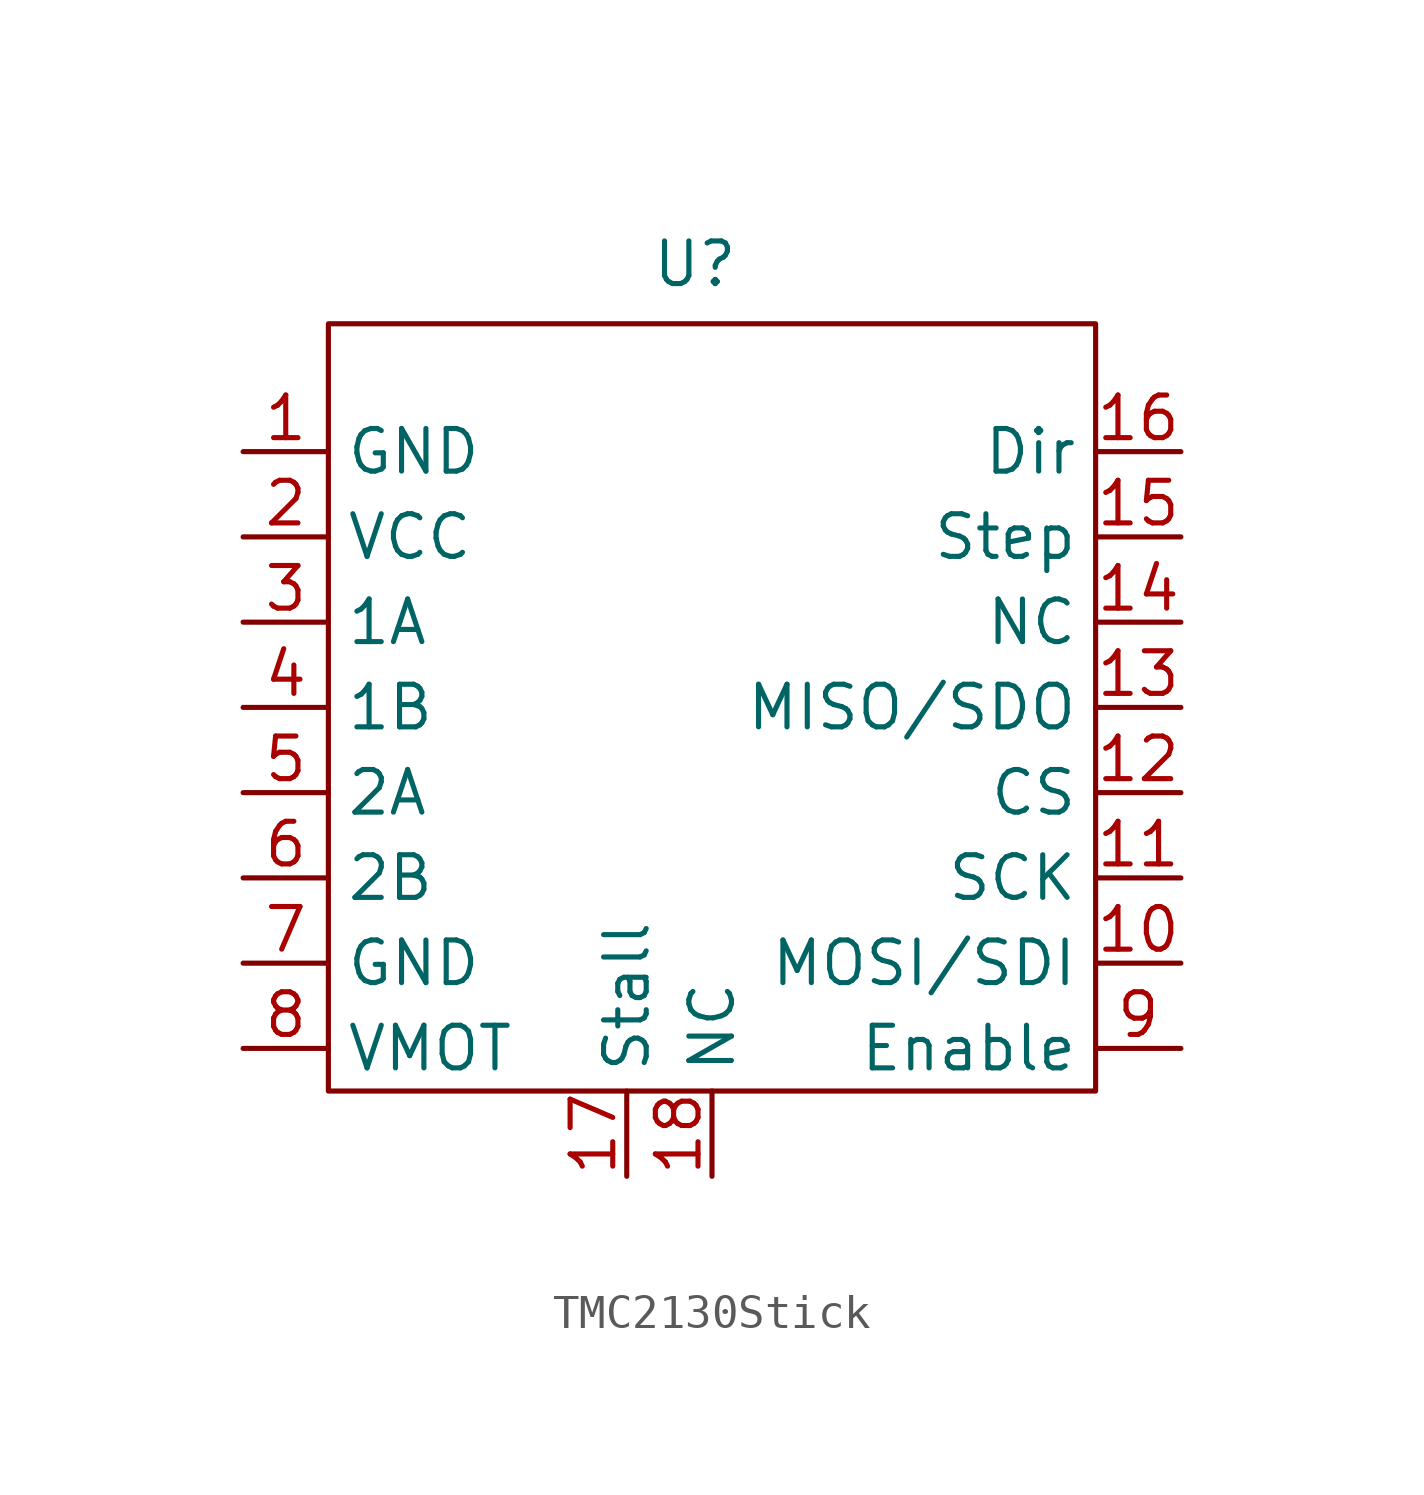
<source format=kicad_sym>
(kicad_symbol_lib
  (version 20231120)
  (generator "kicad_symbol_editor")
  (generator_version "8.0")
  (symbol "TMC2130Stick"
    (property "Reference" "U"
      (at 0.762 14.478 0)
      (effects (font (size 1.27 1.27))))
    (property "Value" ""
      (at 0 0 0)
      (effects (font (size 1.27 1.27))))
    (symbol "TMC2130Stick_0_1"
      (rectangle (start -10.16 12.7) (end 12.7 -10.16) (stroke (width 0) (type default)) (fill (type none))))
    (symbol "TMC2130Stick_1_1"
      (pin input line (at -12.7 8.89 0) (length 2.54) (name "GND" (effects (font (size 1.27 1.27)))) (number "1" (effects (font (size 1.27 1.27)))))
      (pin input line (at 15.24 -6.35 180) (length 2.54) (name "MOSI/SDI" (effects (font (size 1.27 1.27)))) (number "10" (effects (font (size 1.27 1.27)))))
      (pin input line (at 15.24 -3.81 180) (length 2.54) (name "SCK" (effects (font (size 1.27 1.27)))) (number "11" (effects (font (size 1.27 1.27)))))
      (pin input line (at 15.24 -1.27 180) (length 2.54) (name "CS" (effects (font (size 1.27 1.27)))) (number "12" (effects (font (size 1.27 1.27)))))
      (pin input line (at 15.24 1.27 180) (length 2.54) (name "MISO/SDO" (effects (font (size 1.27 1.27)))) (number "13" (effects (font (size 1.27 1.27)))))
      (pin input line (at 15.24 3.81 180) (length 2.54) (name "NC" (effects (font (size 1.27 1.27)))) (number "14" (effects (font (size 1.27 1.27)))))
      (pin input line (at 15.24 6.35 180) (length 2.54) (name "Step" (effects (font (size 1.27 1.27)))) (number "15" (effects (font (size 1.27 1.27)))))
      (pin input line (at 15.24 8.89 180) (length 2.54) (name "Dir" (effects (font (size 1.27 1.27)))) (number "16" (effects (font (size 1.27 1.27)))))
      (pin input line (at -1.27 -12.7 90) (length 2.54) (name "Stall" (effects (font (size 1.27 1.27)))) (number "17" (effects (font (size 1.27 1.27)))))
      (pin input line (at 1.27 -12.7 90) (length 2.54) (name "NC" (effects (font (size 1.27 1.27)))) (number "18" (effects (font (size 1.27 1.27)))))
      (pin input line (at -12.7 6.35 0) (length 2.54) (name "VCC" (effects (font (size 1.27 1.27)))) (number "2" (effects (font (size 1.27 1.27)))))
      (pin input line (at -12.7 3.81 0) (length 2.54) (name "1A" (effects (font (size 1.27 1.27)))) (number "3" (effects (font (size 1.27 1.27)))))
      (pin input line (at -12.7 1.27 0) (length 2.54) (name "1B" (effects (font (size 1.27 1.27)))) (number "4" (effects (font (size 1.27 1.27)))))
      (pin input line (at -12.7 -1.27 0) (length 2.54) (name "2A" (effects (font (size 1.27 1.27)))) (number "5" (effects (font (size 1.27 1.27)))))
      (pin input line (at -12.7 -3.81 0) (length 2.54) (name "2B" (effects (font (size 1.27 1.27)))) (number "6" (effects (font (size 1.27 1.27)))))
      (pin input line (at -12.7 -6.35 0) (length 2.54) (name "GND" (effects (font (size 1.27 1.27)))) (number "7" (effects (font (size 1.27 1.27)))))
      (pin input line (at -12.7 -8.89 0) (length 2.54) (name "VMOT" (effects (font (size 1.27 1.27)))) (number "8" (effects (font (size 1.27 1.27)))))
      (pin input line (at 15.24 -8.89 180) (length 2.54) (name "Enable" (effects (font (size 1.27 1.27)))) (number "9" (effects (font (size 1.27 1.27))))))))
</source>
